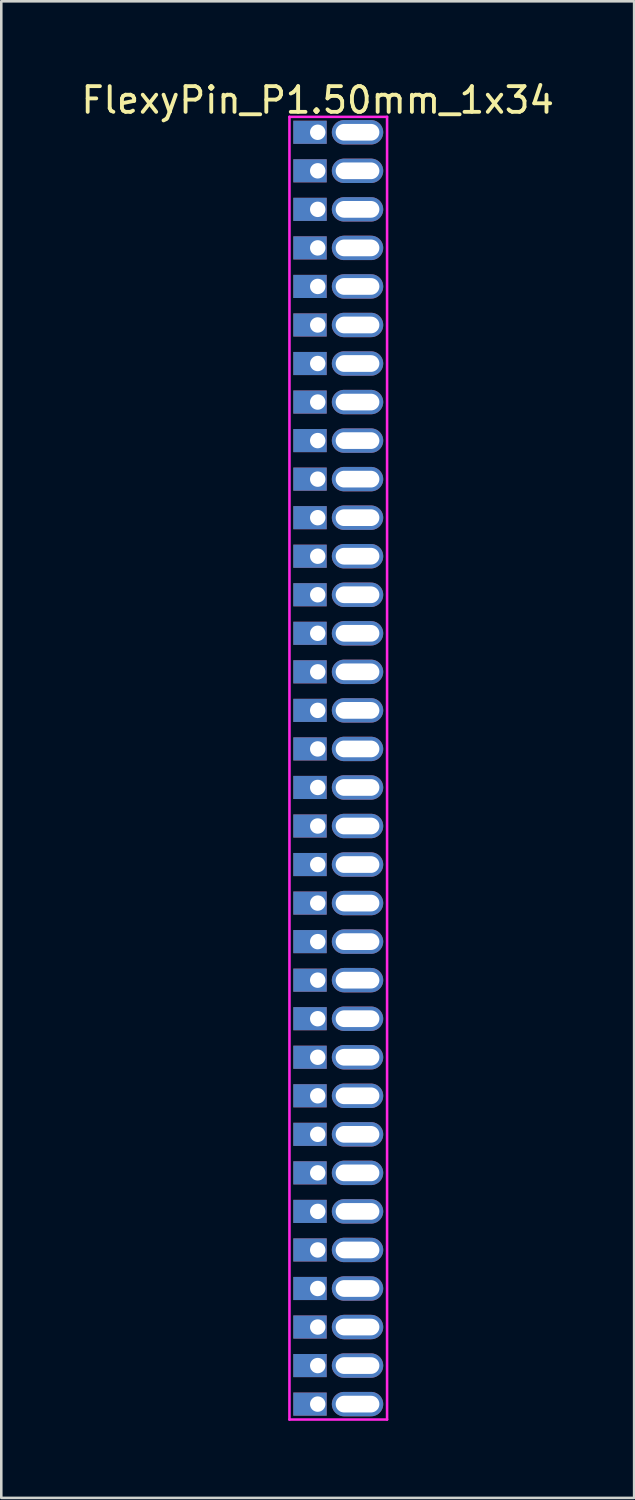
<source format=kicad_pcb>
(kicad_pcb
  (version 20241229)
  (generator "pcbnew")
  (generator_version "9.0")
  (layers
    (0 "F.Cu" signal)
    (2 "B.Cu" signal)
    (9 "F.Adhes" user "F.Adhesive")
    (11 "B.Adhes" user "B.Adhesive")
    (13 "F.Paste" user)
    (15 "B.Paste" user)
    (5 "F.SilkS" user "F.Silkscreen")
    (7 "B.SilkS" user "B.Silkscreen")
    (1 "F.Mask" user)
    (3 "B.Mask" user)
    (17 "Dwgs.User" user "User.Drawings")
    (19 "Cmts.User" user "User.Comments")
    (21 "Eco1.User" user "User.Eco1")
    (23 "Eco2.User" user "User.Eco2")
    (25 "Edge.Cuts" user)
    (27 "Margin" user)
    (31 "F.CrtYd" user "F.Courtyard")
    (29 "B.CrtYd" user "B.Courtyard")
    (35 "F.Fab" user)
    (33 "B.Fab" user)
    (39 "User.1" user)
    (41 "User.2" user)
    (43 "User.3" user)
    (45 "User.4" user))
  (footprint "FlexyPin_P1.50mm_1x34"
    (layer "F.Cu")
    (at 9.315 2.098)
    (property "Reference" "FlexyPin_P1.50mm_1x34" (at 0 -1.25 0) (layer "F.SilkS") (effects (font (size 1 1) (thickness 0.15))))
    (attr through_hole)
    (fp_line (start -1.1 -0.6) (end 2.7 -0.6) (stroke (width 0.1) (type solid)) (layer "F.CrtYd"))
    (fp_line (start -1.1 50.1) (end -1.1 -0.6) (stroke (width 0.1) (type solid)) (layer "F.CrtYd"))
    (fp_line (start 2.7 -0.6) (end 2.7 50.1) (stroke (width 0.1) (type solid)) (layer "F.CrtYd"))
    (fp_line (start 2.7 50.1) (end -1.1 50.1) (stroke (width 0.1) (type solid)) (layer "F.CrtYd"))
    (pad "" thru_hole oval (at 1.55 0) (size 2 0.95) (drill oval 1.7 0.65) (layers "*.Cu" "*.Mask"))
    (pad "" thru_hole oval (at 1.55 1.5) (size 2 0.95) (drill oval 1.7 0.65) (layers "*.Cu" "*.Mask"))
    (pad "" thru_hole oval (at 1.55 3) (size 2 0.95) (drill oval 1.7 0.65) (layers "*.Cu" "*.Mask"))
    (pad "" thru_hole oval (at 1.55 4.5) (size 2 0.95) (drill oval 1.7 0.65) (layers "*.Cu" "*.Mask"))
    (pad "" thru_hole oval (at 1.55 6) (size 2 0.95) (drill oval 1.7 0.65) (layers "*.Cu" "*.Mask"))
    (pad "" thru_hole oval (at 1.55 7.5) (size 2 0.95) (drill oval 1.7 0.65) (layers "*.Cu" "*.Mask"))
    (pad "" thru_hole oval (at 1.55 9) (size 2 0.95) (drill oval 1.7 0.65) (layers "*.Cu" "*.Mask"))
    (pad "" thru_hole oval (at 1.55 10.5) (size 2 0.95) (drill oval 1.7 0.65) (layers "*.Cu" "*.Mask"))
    (pad "" thru_hole oval (at 1.55 12) (size 2 0.95) (drill oval 1.7 0.65) (layers "*.Cu" "*.Mask"))
    (pad "" thru_hole oval (at 1.55 13.5) (size 2 0.95) (drill oval 1.7 0.65) (layers "*.Cu" "*.Mask"))
    (pad "" thru_hole oval (at 1.55 15) (size 2 0.95) (drill oval 1.7 0.65) (layers "*.Cu" "*.Mask"))
    (pad "" thru_hole oval (at 1.55 16.5) (size 2 0.95) (drill oval 1.7 0.65) (layers "*.Cu" "*.Mask"))
    (pad "" thru_hole oval (at 1.55 18) (size 2 0.95) (drill oval 1.7 0.65) (layers "*.Cu" "*.Mask"))
    (pad "" thru_hole oval (at 1.55 19.5) (size 2 0.95) (drill oval 1.7 0.65) (layers "*.Cu" "*.Mask"))
    (pad "" thru_hole oval (at 1.55 21) (size 2 0.95) (drill oval 1.7 0.65) (layers "*.Cu" "*.Mask"))
    (pad "" thru_hole oval (at 1.55 22.5) (size 2 0.95) (drill oval 1.7 0.65) (layers "*.Cu" "*.Mask"))
    (pad "" thru_hole oval (at 1.55 24) (size 2 0.95) (drill oval 1.7 0.65) (layers "*.Cu" "*.Mask"))
    (pad "" thru_hole oval (at 1.55 25.5) (size 2 0.95) (drill oval 1.7 0.65) (layers "*.Cu" "*.Mask"))
    (pad "" thru_hole oval (at 1.55 27) (size 2 0.95) (drill oval 1.7 0.65) (layers "*.Cu" "*.Mask"))
    (pad "" thru_hole oval (at 1.55 28.5) (size 2 0.95) (drill oval 1.7 0.65) (layers "*.Cu" "*.Mask"))
    (pad "" thru_hole oval (at 1.55 30) (size 2 0.95) (drill oval 1.7 0.65) (layers "*.Cu" "*.Mask"))
    (pad "" thru_hole oval (at 1.55 31.5) (size 2 0.95) (drill oval 1.7 0.65) (layers "*.Cu" "*.Mask"))
    (pad "" thru_hole oval (at 1.55 33) (size 2 0.95) (drill oval 1.7 0.65) (layers "*.Cu" "*.Mask"))
    (pad "" thru_hole oval (at 1.55 34.5) (size 2 0.95) (drill oval 1.7 0.65) (layers "*.Cu" "*.Mask"))
    (pad "" thru_hole oval (at 1.55 36) (size 2 0.95) (drill oval 1.7 0.65) (layers "*.Cu" "*.Mask"))
    (pad "" thru_hole oval (at 1.55 37.5) (size 2 0.95) (drill oval 1.7 0.65) (layers "*.Cu" "*.Mask"))
    (pad "" thru_hole oval (at 1.55 39) (size 2 0.95) (drill oval 1.7 0.65) (layers "*.Cu" "*.Mask"))
    (pad "" thru_hole oval (at 1.55 40.5) (size 2 0.95) (drill oval 1.7 0.65) (layers "*.Cu" "*.Mask"))
    (pad "" thru_hole oval (at 1.55 42) (size 2 0.95) (drill oval 1.7 0.65) (layers "*.Cu" "*.Mask"))
    (pad "" thru_hole oval (at 1.55 43.5) (size 2 0.95) (drill oval 1.7 0.65) (layers "*.Cu" "*.Mask"))
    (pad "" thru_hole oval (at 1.55 45) (size 2 0.95) (drill oval 1.7 0.65) (layers "*.Cu" "*.Mask"))
    (pad "" thru_hole oval (at 1.55 46.5) (size 2 0.95) (drill oval 1.7 0.65) (layers "*.Cu" "*.Mask"))
    (pad "" thru_hole oval (at 1.55 48) (size 2 0.95) (drill oval 1.7 0.65) (layers "*.Cu" "*.Mask"))
    (pad "" thru_hole oval (at 1.55 49.5) (size 2 0.95) (drill oval 1.7 0.65) (layers "*.Cu" "*.Mask"))
    (pad "1" thru_hole rect (at 0 0) (size 1.3 0.9) (drill 0.6 (offset -0.3 0)) (layers "*.Cu" "*.Mask"))
    (pad "2" thru_hole rect (at 0 1.5) (size 1.3 0.9) (drill 0.6 (offset -0.3 0)) (layers "*.Cu" "*.Mask"))
    (pad "3" thru_hole rect (at 0 3) (size 1.3 0.9) (drill 0.6 (offset -0.3 0)) (layers "*.Cu" "*.Mask"))
    (pad "4" thru_hole rect (at 0 4.5) (size 1.3 0.9) (drill 0.6 (offset -0.3 0)) (layers "*.Cu" "*.Mask"))
    (pad "5" thru_hole rect (at 0 6) (size 1.3 0.9) (drill 0.6 (offset -0.3 0)) (layers "*.Cu" "*.Mask"))
    (pad "6" thru_hole rect (at 0 7.5) (size 1.3 0.9) (drill 0.6 (offset -0.3 0)) (layers "*.Cu" "*.Mask"))
    (pad "7" thru_hole rect (at 0 9) (size 1.3 0.9) (drill 0.6 (offset -0.3 0)) (layers "*.Cu" "*.Mask"))
    (pad "8" thru_hole rect (at 0 10.5) (size 1.3 0.9) (drill 0.6 (offset -0.3 0)) (layers "*.Cu" "*.Mask"))
    (pad "9" thru_hole rect (at 0 12) (size 1.3 0.9) (drill 0.6 (offset -0.3 0)) (layers "*.Cu" "*.Mask"))
    (pad "10" thru_hole rect (at 0 13.5) (size 1.3 0.9) (drill 0.6 (offset -0.3 0)) (layers "*.Cu" "*.Mask"))
    (pad "11" thru_hole rect (at 0 15) (size 1.3 0.9) (drill 0.6 (offset -0.3 0)) (layers "*.Cu" "*.Mask"))
    (pad "12" thru_hole rect (at 0 16.5) (size 1.3 0.9) (drill 0.6 (offset -0.3 0)) (layers "*.Cu" "*.Mask"))
    (pad "13" thru_hole rect (at 0 18) (size 1.3 0.9) (drill 0.6 (offset -0.3 0)) (layers "*.Cu" "*.Mask"))
    (pad "14" thru_hole rect (at 0 19.5) (size 1.3 0.9) (drill 0.6 (offset -0.3 0)) (layers "*.Cu" "*.Mask"))
    (pad "15" thru_hole rect (at 0 21) (size 1.3 0.9) (drill 0.6 (offset -0.3 0)) (layers "*.Cu" "*.Mask"))
    (pad "16" thru_hole rect (at 0 22.5) (size 1.3 0.9) (drill 0.6 (offset -0.3 0)) (layers "*.Cu" "*.Mask"))
    (pad "17" thru_hole rect (at 0 24) (size 1.3 0.9) (drill 0.6 (offset -0.3 0)) (layers "*.Cu" "*.Mask"))
    (pad "18" thru_hole rect (at 0 25.5) (size 1.3 0.9) (drill 0.6 (offset -0.3 0)) (layers "*.Cu" "*.Mask"))
    (pad "19" thru_hole rect (at 0 27) (size 1.3 0.9) (drill 0.6 (offset -0.3 0)) (layers "*.Cu" "*.Mask"))
    (pad "20" thru_hole rect (at 0 28.5) (size 1.3 0.9) (drill 0.6 (offset -0.3 0)) (layers "*.Cu" "*.Mask"))
    (pad "21" thru_hole rect (at 0 30) (size 1.3 0.9) (drill 0.6 (offset -0.3 0)) (layers "*.Cu" "*.Mask"))
    (pad "22" thru_hole rect (at 0 31.5) (size 1.3 0.9) (drill 0.6 (offset -0.3 0)) (layers "*.Cu" "*.Mask"))
    (pad "23" thru_hole rect (at 0 33) (size 1.3 0.9) (drill 0.6 (offset -0.3 0)) (layers "*.Cu" "*.Mask"))
    (pad "24" thru_hole rect (at 0 34.5) (size 1.3 0.9) (drill 0.6 (offset -0.3 0)) (layers "*.Cu" "*.Mask"))
    (pad "25" thru_hole rect (at 0 36) (size 1.3 0.9) (drill 0.6 (offset -0.3 0)) (layers "*.Cu" "*.Mask"))
    (pad "26" thru_hole rect (at 0 37.5) (size 1.3 0.9) (drill 0.6 (offset -0.3 0)) (layers "*.Cu" "*.Mask"))
    (pad "27" thru_hole rect (at 0 39) (size 1.3 0.9) (drill 0.6 (offset -0.3 0)) (layers "*.Cu" "*.Mask"))
    (pad "28" thru_hole rect (at 0 40.5) (size 1.3 0.9) (drill 0.6 (offset -0.3 0)) (layers "*.Cu" "*.Mask"))
    (pad "29" thru_hole rect (at 0 42) (size 1.3 0.9) (drill 0.6 (offset -0.3 0)) (layers "*.Cu" "*.Mask"))
    (pad "30" thru_hole rect (at 0 43.5) (size 1.3 0.9) (drill 0.6 (offset -0.3 0)) (layers "*.Cu" "*.Mask"))
    (pad "31" thru_hole rect (at 0 45) (size 1.3 0.9) (drill 0.6 (offset -0.3 0)) (layers "*.Cu" "*.Mask"))
    (pad "32" thru_hole rect (at 0 46.5) (size 1.3 0.9) (drill 0.6 (offset -0.3 0)) (layers "*.Cu" "*.Mask"))
    (pad "33" thru_hole rect (at 0 48) (size 1.3 0.9) (drill 0.6 (offset -0.3 0)) (layers "*.Cu" "*.Mask"))
    (pad "34" thru_hole rect (at 0 49.5) (size 1.3 0.9) (drill 0.6 (offset -0.3 0)) (layers "*.Cu" "*.Mask")))
  (gr_rect
    (start -3 -3)
    (end 21.631 55.248)
    (stroke (width 0.1) (type default))
    (fill no)
    (layer "Edge.Cuts")))
</source>
